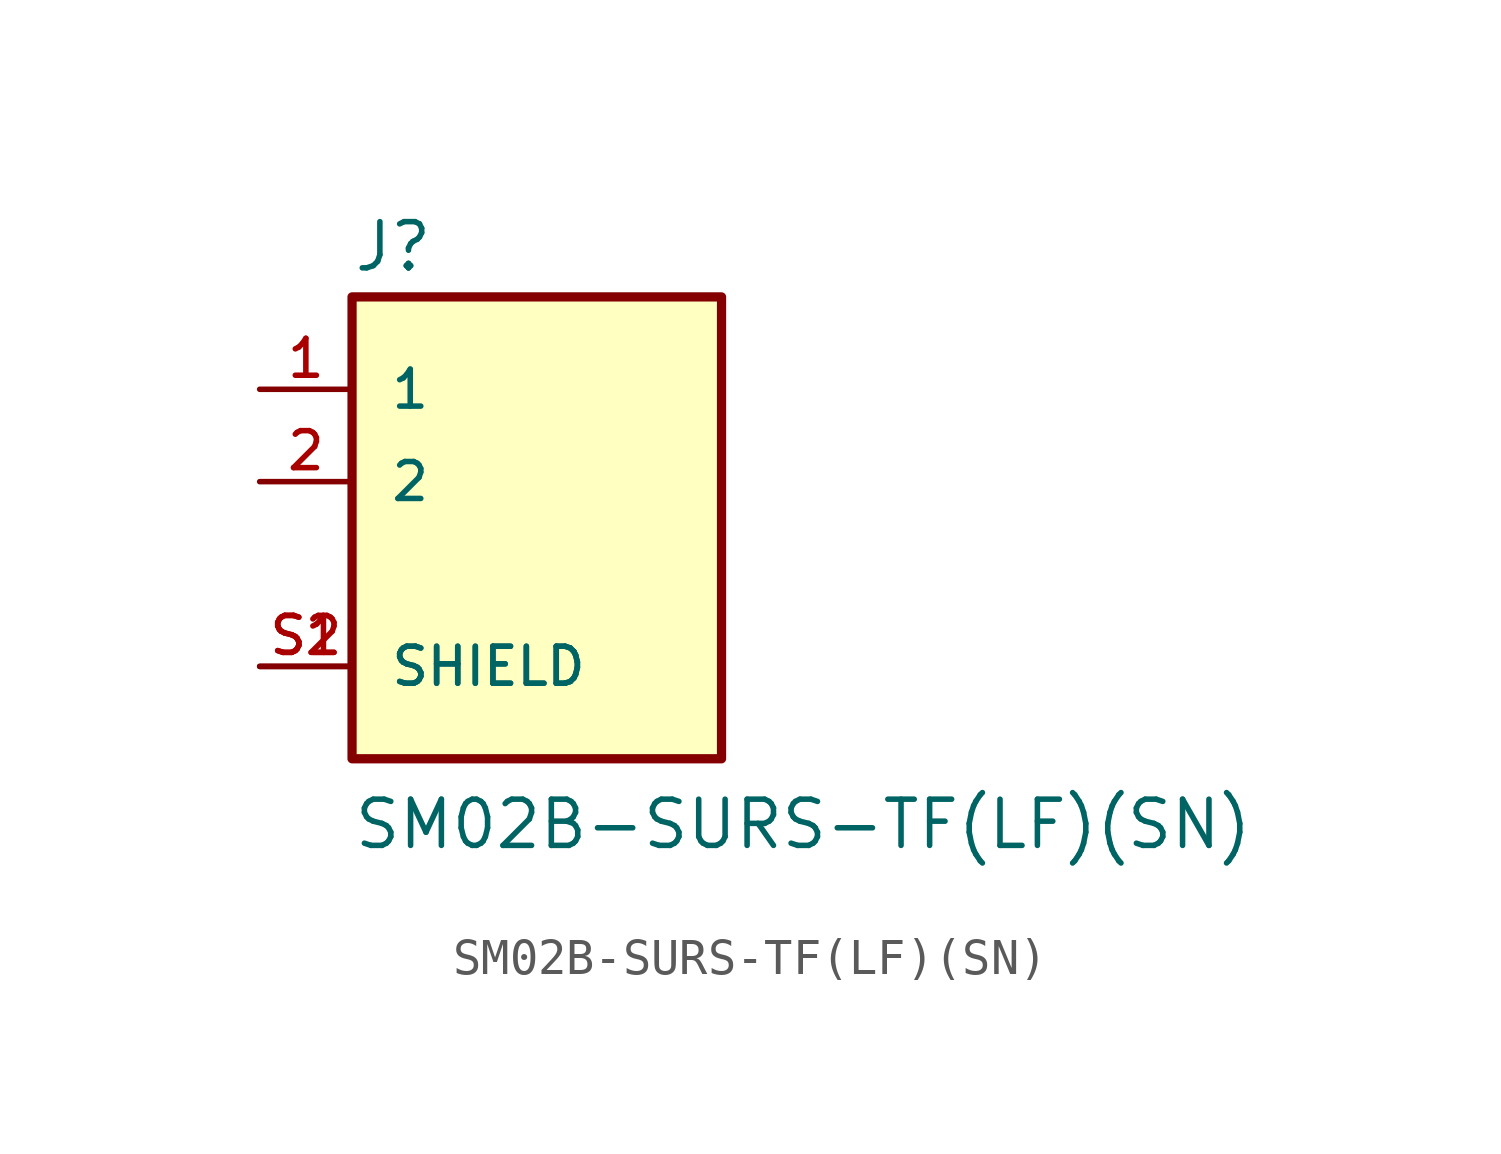
<source format=kicad_sym>
(kicad_symbol_lib
  (version 20211014)
  (generator kicad_symbol_editor)
  (symbol "SM02B-SURS-TF(LF)(SN)"
    (pin_names
      (offset 1.016))
    (property "Reference" "J"
      (at -5.08 5.716 0)
      (effects (font (size 1.27 1.27)) (justify bottom left)))
    (property "Value" "SM02B-SURS-TF(LF)(SN)"
      (at -5.082 -10.165 0)
      (effects (font (size 1.27 1.27)) (justify bottom left)))
    (symbol "SM02B-SURS-TF(LF)(SN)_0_0"
      (rectangle (start -5.08 -7.62) (end 5.08 5.08) (stroke (width 0.254)) (fill (type background)))
      (pin passive line (at -7.62 2.54 0) (length 2.54) (name "1" (effects (font (size 1.016 1.016)))) (number "1" (effects (font (size 1.016 1.016)))))
      (pin passive line (at -7.62 0.0 0) (length 2.54) (name "2" (effects (font (size 1.016 1.016)))) (number "2" (effects (font (size 1.016 1.016)))))
      (pin passive line (at -7.62 -5.08 0) (length 2.54) (name "SHIELD" (effects (font (size 1.016 1.016)))) (number "S1" (effects (font (size 1.016 1.016)))))
      (pin passive line (at -7.62 -5.08 0) (length 2.54) (name "SHIELD" (effects (font (size 1.016 1.016)))) (number "S2" (effects (font (size 1.016 1.016))))))))
</source>
